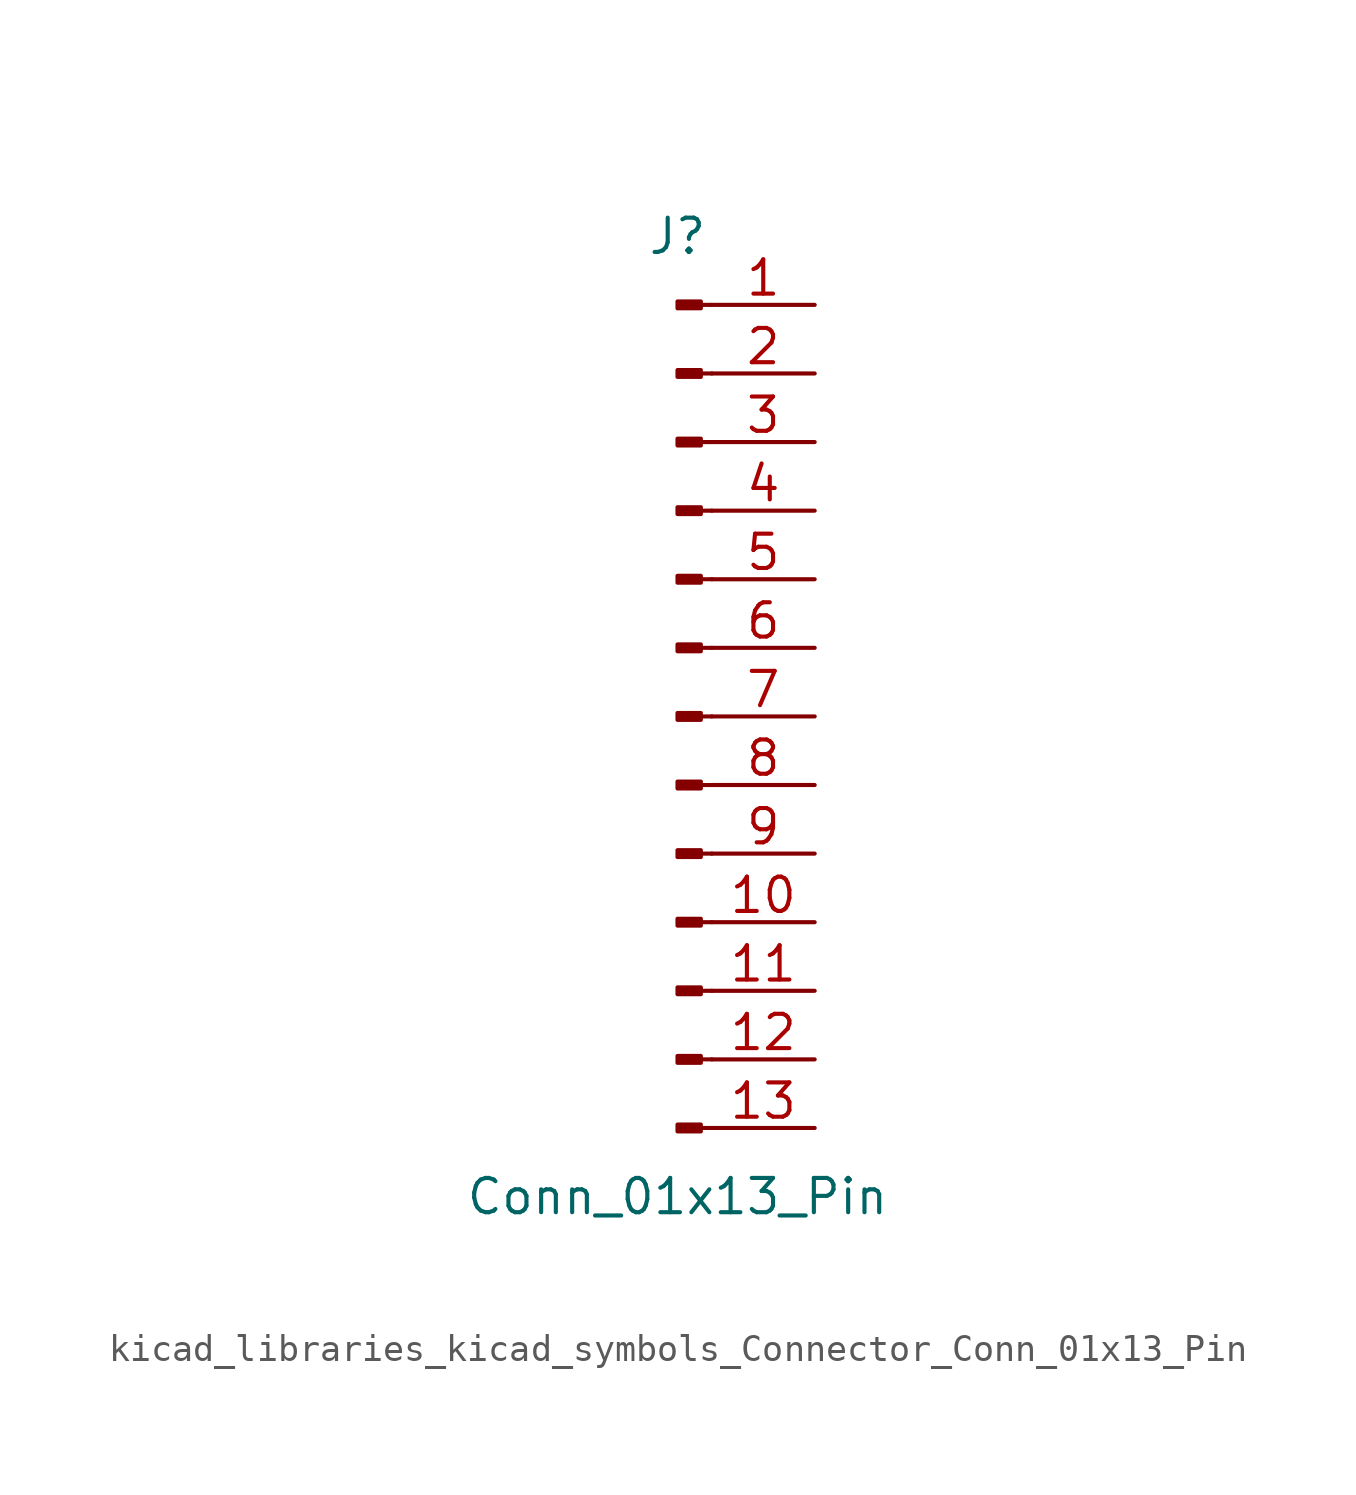
<source format=kicad_sym>
(kicad_symbol_lib
  (version 20220914)
  (generator kicad_symbol_editor)
  (symbol "kicad_libraries_kicad_symbols_Connector_Conn_01x13_Pin"
    (pin_names
      (offset 1.016) hide)
    (property "Reference" "J"
      (at 0 17.78 0)
      (effects (font (size 1.27 1.27))))
    (property "Value" "Conn_01x13_Pin"
      (at 0 -17.78 0)
      (effects (font (size 1.27 1.27))))
    (property "ki_locked" ""
      (at 0 0 0)
      (effects (font (size 1.27 1.27))))
    (symbol "kicad_libraries_kicad_symbols_Connector_Conn_01x13_Pin_1_1"
      (polyline (pts (xy 1.27 -15.24) (xy 0.864 -15.24)) (stroke (width 0.152) (type default)) (fill (type none)))
      (polyline (pts (xy 1.27 -12.7) (xy 0.864 -12.7)) (stroke (width 0.152) (type default)) (fill (type none)))
      (polyline (pts (xy 1.27 -10.16) (xy 0.864 -10.16)) (stroke (width 0.152) (type default)) (fill (type none)))
      (polyline (pts (xy 1.27 -7.62) (xy 0.864 -7.62)) (stroke (width 0.152) (type default)) (fill (type none)))
      (polyline (pts (xy 1.27 -5.08) (xy 0.864 -5.08)) (stroke (width 0.152) (type default)) (fill (type none)))
      (polyline (pts (xy 1.27 -2.54) (xy 0.864 -2.54)) (stroke (width 0.152) (type default)) (fill (type none)))
      (polyline (pts (xy 1.27 0) (xy 0.864 0)) (stroke (width 0.152) (type default)) (fill (type none)))
      (polyline (pts (xy 1.27 2.54) (xy 0.864 2.54)) (stroke (width 0.152) (type default)) (fill (type none)))
      (polyline (pts (xy 1.27 5.08) (xy 0.864 5.08)) (stroke (width 0.152) (type default)) (fill (type none)))
      (polyline (pts (xy 1.27 7.62) (xy 0.864 7.62)) (stroke (width 0.152) (type default)) (fill (type none)))
      (polyline (pts (xy 1.27 10.16) (xy 0.864 10.16)) (stroke (width 0.152) (type default)) (fill (type none)))
      (polyline (pts (xy 1.27 12.7) (xy 0.864 12.7)) (stroke (width 0.152) (type default)) (fill (type none)))
      (polyline (pts (xy 1.27 15.24) (xy 0.864 15.24)) (stroke (width 0.152) (type default)) (fill (type none)))
      (rectangle (start 0.864 -15.113) (end 0 -15.367) (stroke (width 0.152) (type default)) (fill (type outline)))
      (rectangle (start 0.864 -12.573) (end 0 -12.827) (stroke (width 0.152) (type default)) (fill (type outline)))
      (rectangle (start 0.864 -10.033) (end 0 -10.287) (stroke (width 0.152) (type default)) (fill (type outline)))
      (rectangle (start 0.864 -7.493) (end 0 -7.747) (stroke (width 0.152) (type default)) (fill (type outline)))
      (rectangle (start 0.864 -4.953) (end 0 -5.207) (stroke (width 0.152) (type default)) (fill (type outline)))
      (rectangle (start 0.864 -2.413) (end 0 -2.667) (stroke (width 0.152) (type default)) (fill (type outline)))
      (rectangle (start 0.864 0.127) (end 0 -0.127) (stroke (width 0.152) (type default)) (fill (type outline)))
      (rectangle (start 0.864 2.667) (end 0 2.413) (stroke (width 0.152) (type default)) (fill (type outline)))
      (rectangle (start 0.864 5.207) (end 0 4.953) (stroke (width 0.152) (type default)) (fill (type outline)))
      (rectangle (start 0.864 7.747) (end 0 7.493) (stroke (width 0.152) (type default)) (fill (type outline)))
      (rectangle (start 0.864 10.287) (end 0 10.033) (stroke (width 0.152) (type default)) (fill (type outline)))
      (rectangle (start 0.864 12.827) (end 0 12.573) (stroke (width 0.152) (type default)) (fill (type outline)))
      (rectangle (start 0.864 15.367) (end 0 15.113) (stroke (width 0.152) (type default)) (fill (type outline)))
      (pin passive line (at 5.08 15.24 180) (length 3.81) (name "Pin_1" (effects (font (size 1.27 1.27)))) (number "1" (effects (font (size 1.27 1.27)))))
      (pin passive line (at 5.08 -7.62 180) (length 3.81) (name "Pin_10" (effects (font (size 1.27 1.27)))) (number "10" (effects (font (size 1.27 1.27)))))
      (pin passive line (at 5.08 -10.16 180) (length 3.81) (name "Pin_11" (effects (font (size 1.27 1.27)))) (number "11" (effects (font (size 1.27 1.27)))))
      (pin passive line (at 5.08 -12.7 180) (length 3.81) (name "Pin_12" (effects (font (size 1.27 1.27)))) (number "12" (effects (font (size 1.27 1.27)))))
      (pin passive line (at 5.08 -15.24 180) (length 3.81) (name "Pin_13" (effects (font (size 1.27 1.27)))) (number "13" (effects (font (size 1.27 1.27)))))
      (pin passive line (at 5.08 12.7 180) (length 3.81) (name "Pin_2" (effects (font (size 1.27 1.27)))) (number "2" (effects (font (size 1.27 1.27)))))
      (pin passive line (at 5.08 10.16 180) (length 3.81) (name "Pin_3" (effects (font (size 1.27 1.27)))) (number "3" (effects (font (size 1.27 1.27)))))
      (pin passive line (at 5.08 7.62 180) (length 3.81) (name "Pin_4" (effects (font (size 1.27 1.27)))) (number "4" (effects (font (size 1.27 1.27)))))
      (pin passive line (at 5.08 5.08 180) (length 3.81) (name "Pin_5" (effects (font (size 1.27 1.27)))) (number "5" (effects (font (size 1.27 1.27)))))
      (pin passive line (at 5.08 2.54 180) (length 3.81) (name "Pin_6" (effects (font (size 1.27 1.27)))) (number "6" (effects (font (size 1.27 1.27)))))
      (pin passive line (at 5.08 0 180) (length 3.81) (name "Pin_7" (effects (font (size 1.27 1.27)))) (number "7" (effects (font (size 1.27 1.27)))))
      (pin passive line (at 5.08 -2.54 180) (length 3.81) (name "Pin_8" (effects (font (size 1.27 1.27)))) (number "8" (effects (font (size 1.27 1.27)))))
      (pin passive line (at 5.08 -5.08 180) (length 3.81) (name "Pin_9" (effects (font (size 1.27 1.27)))) (number "9" (effects (font (size 1.27 1.27))))))))
</source>
